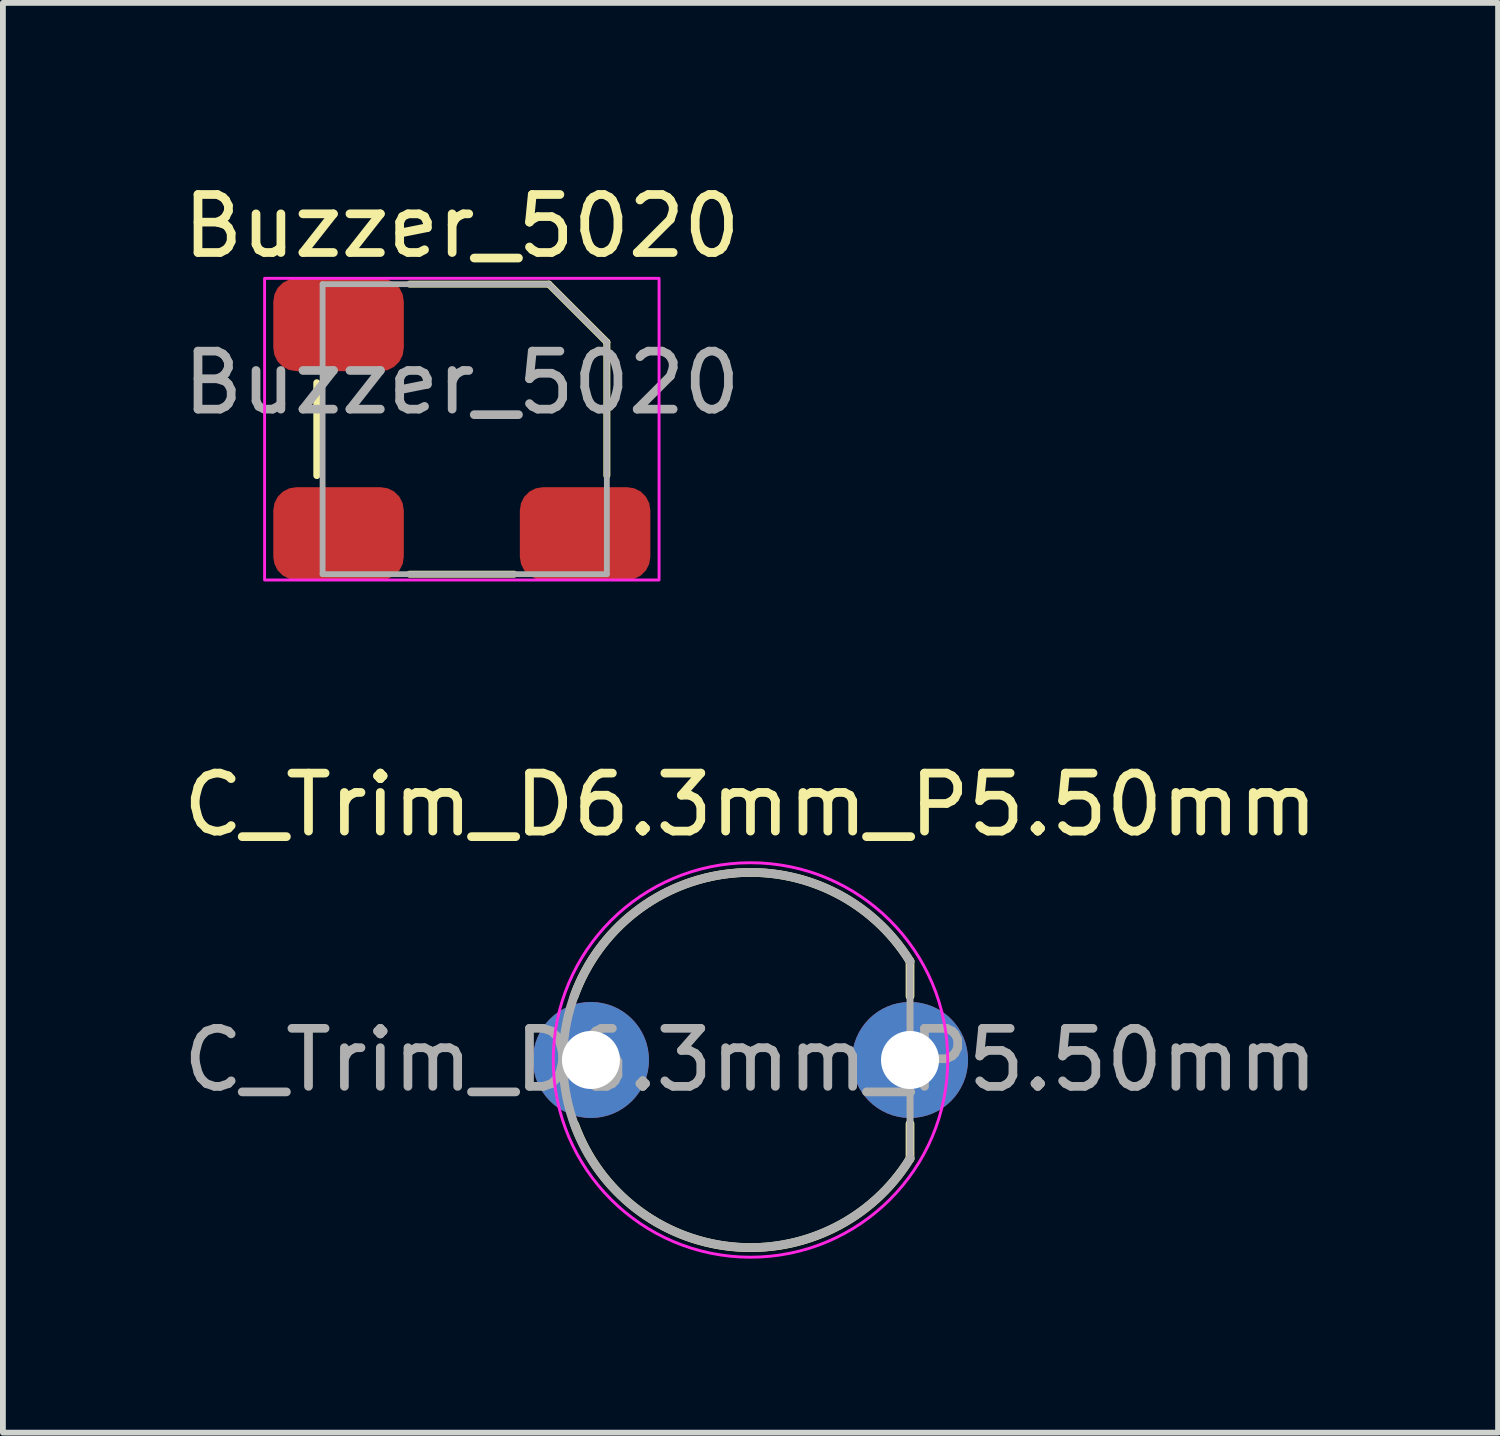
<source format=kicad_pcb>
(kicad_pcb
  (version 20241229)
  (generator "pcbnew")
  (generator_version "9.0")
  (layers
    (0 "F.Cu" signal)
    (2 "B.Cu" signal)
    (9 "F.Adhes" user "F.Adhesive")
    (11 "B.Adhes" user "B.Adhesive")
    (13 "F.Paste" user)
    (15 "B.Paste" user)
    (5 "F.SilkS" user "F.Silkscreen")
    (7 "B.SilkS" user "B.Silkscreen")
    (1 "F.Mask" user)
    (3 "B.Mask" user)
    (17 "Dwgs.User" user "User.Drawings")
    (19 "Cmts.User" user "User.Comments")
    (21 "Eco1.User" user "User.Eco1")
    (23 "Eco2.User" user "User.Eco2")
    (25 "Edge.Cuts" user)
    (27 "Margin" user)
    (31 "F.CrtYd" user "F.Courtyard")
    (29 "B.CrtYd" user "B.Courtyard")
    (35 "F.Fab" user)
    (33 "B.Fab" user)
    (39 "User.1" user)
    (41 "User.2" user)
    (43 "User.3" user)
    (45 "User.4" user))
  (footprint "Buzzer_5020"
    (layer "F.Cu")
    (at 4.911 4.348)
    (property "Reference" "Buzzer_5020" (at 0 -3.5 0) (unlocked yes) (layer "F.SilkS") (effects (font (size 1 1) (thickness 0.15))))
    (attr smd)
    (fp_line (start -2.5 -0.8) (end -2.5 0.8) (stroke (width 0.12) (type default)) (layer "F.SilkS"))
    (fp_line (start -0.9 2.5) (end 0.9 2.5) (stroke (width 0.12) (type default)) (layer "F.SilkS"))
    (fp_line (start 1.5 -2.5) (end -0.9 -2.5) (stroke (width 0.12) (type default)) (layer "F.SilkS"))
    (fp_line (start 1.5 -2.5) (end 2.5 -1.5) (stroke (width 0.12) (type default)) (layer "F.SilkS"))
    (fp_line (start 2.5 -1.5) (end 2.5 0.8) (stroke (width 0.12) (type default)) (layer "F.SilkS"))
    (fp_rect (start -3.4 -2.6) (end 3.4 2.6) (stroke (width 0.05) (type default)) (fill no) (layer "F.CrtYd"))
    (fp_line (start -2.4 -2.5) (end 1.5 -2.5) (stroke (width 0.1) (type default)) (layer "F.Fab"))
    (fp_line (start -2.4 2.5) (end -2.4 -2.5) (stroke (width 0.1) (type default)) (layer "F.Fab"))
    (fp_line (start -2.4 2.5) (end 2.5 2.5) (stroke (width 0.1) (type default)) (layer "F.Fab"))
    (fp_line (start 1.5 -2.5) (end 2.5 -1.5) (stroke (width 0.1) (type default)) (layer "F.Fab"))
    (fp_line (start 2.5 -1.5) (end 2.5 2.5) (stroke (width 0.1) (type default)) (layer "F.Fab"))
    (fp_text user "${REFERENCE}" (at 0 -0.8 0) (unlocked yes) (layer "F.Fab") (effects (font (size 1 1) (thickness 0.15))))
    (pad "" smd roundrect (at -2.125 -1.8) (size 2.25 1.6) (layers "F.Cu" "F.Mask" "F.Paste") (roundrect_rratio 0.25))
    (pad "1" smd roundrect (at -2.125 1.8) (size 2.25 1.6) (layers "F.Cu" "F.Mask" "F.Paste") (roundrect_rratio 0.25))
    (pad "2" smd roundrect (at 2.125 1.8) (size 2.25 1.6) (layers "F.Cu" "F.Mask" "F.Paste") (roundrect_rratio 0.25)))
  (footprint "C_Trim_D6.3mm_P5.50mm"
    (layer "F.Cu")
    (at 8.637 15.222)
    (property "Reference" "C_Trim_D6.3mm_P5.50mm" (at 1.25 -4.4 0) (layer "F.SilkS") (effects (font (size 1 1) (thickness 0.15))))
    (attr through_hole)
    (fp_line (start 4 -1.7) (end 4 -1.1) (stroke (width 0.15) (type solid)) (layer "F.SilkS"))
    (fp_line (start 4 1.1) (end 4 1.7) (stroke (width 0.15) (type solid)) (layer "F.SilkS"))
    (fp_arc (start -1.791284 -1.096856) (mid 0.915101 -3.215641) (end 4 -1.7) (stroke (width 0.15) (type solid)) (layer "F.SilkS"))
    (fp_arc (start 4 1.7) (mid 0.929913 3.21928) (end -1.777881 1.121305) (stroke (width 0.15) (type solid)) (layer "F.SilkS"))
    (fp_circle (center 1.25 0) (end 4.65 0) (stroke (width 0.05) (type solid)) (fill no) (layer "F.CrtYd"))
    (fp_line (start 4 -1.7) (end 4.001 1.698) (stroke (width 0.12) (type solid)) (layer "F.Fab"))
    (fp_arc (start 4.0014 1.697734) (mid -1.983033 0.001332) (end 4 -1.7) (stroke (width 0.15) (type solid)) (layer "F.Fab"))
    (fp_text user "${REFERENCE}" (at 1.25 0 0) (layer "F.Fab") (effects (font (size 1 1) (thickness 0.15))))
    (pad "1" thru_hole circle (at -1.5 0) (size 2 2) (drill 1) (layers "*.Cu" "*.Mask"))
    (pad "2" thru_hole circle (at 4 0) (size 2 2) (drill 1) (layers "*.Cu" "*.Mask")))
  (gr_rect
    (start -3 -3)
    (end 22.774 21.646)
    (stroke (width 0.1) (type default))
    (fill no)
    (layer "Edge.Cuts")))
</source>
